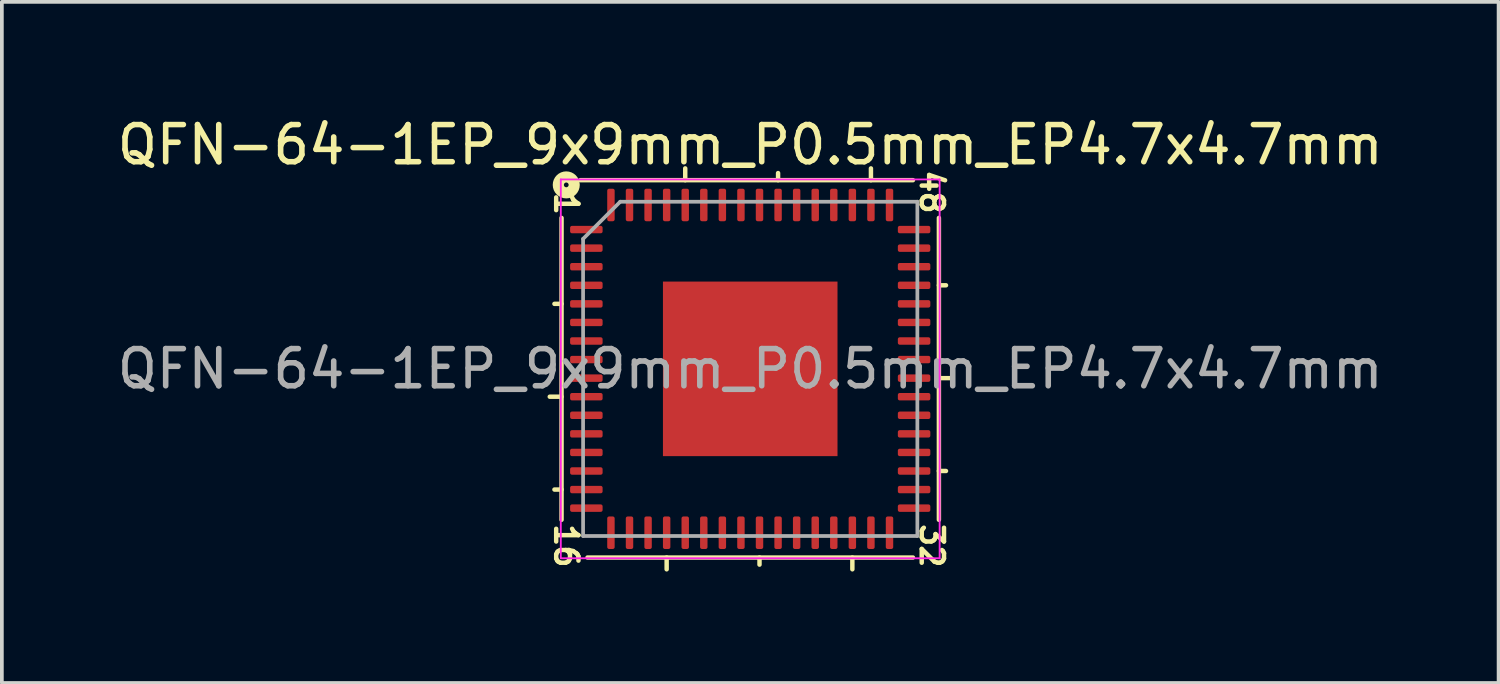
<source format=kicad_pcb>
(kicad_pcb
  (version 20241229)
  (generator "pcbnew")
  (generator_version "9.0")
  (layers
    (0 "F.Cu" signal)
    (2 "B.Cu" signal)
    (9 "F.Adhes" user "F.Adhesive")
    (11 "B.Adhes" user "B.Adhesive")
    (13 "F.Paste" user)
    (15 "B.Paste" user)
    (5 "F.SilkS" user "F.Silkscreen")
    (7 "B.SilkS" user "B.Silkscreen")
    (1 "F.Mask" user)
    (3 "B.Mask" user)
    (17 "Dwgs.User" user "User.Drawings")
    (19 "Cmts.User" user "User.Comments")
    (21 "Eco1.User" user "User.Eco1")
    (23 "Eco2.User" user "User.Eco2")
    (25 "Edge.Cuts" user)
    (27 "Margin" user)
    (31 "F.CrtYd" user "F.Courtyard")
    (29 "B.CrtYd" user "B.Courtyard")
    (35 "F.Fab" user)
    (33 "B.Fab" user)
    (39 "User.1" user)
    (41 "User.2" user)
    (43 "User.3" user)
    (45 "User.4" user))
  (footprint "QFN-64-1EP_9x9mm_P0.5mm_EP4.7x4.7mm"
    (layer "F.Cu")
    (at 17.149 6.881)
    (property "Reference" "QFN-64-1EP_9x9mm_P0.5mm_EP4.7x4.7mm" (at 0 -6.032 0) (layer "F.SilkS") (effects (font (size 1 1) (thickness 0.15))))
    (attr smd)
    (fp_line (start -5.08 -4.064) (end -5.08 4.064) (stroke (width 0.12) (type solid)) (layer "F.SilkS"))
    (fp_line (start -5.08 -1.75) (end -5.271 -1.75) (stroke (width 0.12) (type solid)) (layer "F.SilkS"))
    (fp_line (start -5.08 0.75) (end -5.397 0.75) (stroke (width 0.12) (type solid)) (layer "F.SilkS"))
    (fp_line (start -5.08 3.25) (end -5.271 3.25) (stroke (width 0.12) (type solid)) (layer "F.SilkS"))
    (fp_line (start -4.381 5.08) (end 4.381 5.08) (stroke (width 0.12) (type solid)) (layer "F.SilkS"))
    (fp_line (start -2.25 5.08) (end -2.25 5.397) (stroke (width 0.12) (type solid)) (layer "F.SilkS"))
    (fp_line (start -1.75 -5.08) (end -1.75 -5.397) (stroke (width 0.12) (type solid)) (layer "F.SilkS"))
    (fp_line (start 0.25 5.08) (end 0.25 5.271) (stroke (width 0.12) (type solid)) (layer "F.SilkS"))
    (fp_line (start 0.75 -5.08) (end 0.75 -5.271) (stroke (width 0.12) (type solid)) (layer "F.SilkS"))
    (fp_line (start 2.75 5.08) (end 2.75 5.397) (stroke (width 0.12) (type solid)) (layer "F.SilkS"))
    (fp_line (start 3.25 -5.08) (end 3.25 -5.397) (stroke (width 0.12) (type solid)) (layer "F.SilkS"))
    (fp_line (start 4.381 -5.08) (end -4.572 -5.08) (stroke (width 0.12) (type solid)) (layer "F.SilkS"))
    (fp_line (start 5.08 -2.25) (end 5.271 -2.25) (stroke (width 0.12) (type solid)) (layer "F.SilkS"))
    (fp_line (start 5.08 0.25) (end 5.397 0.25) (stroke (width 0.12) (type solid)) (layer "F.SilkS"))
    (fp_line (start 5.08 2.75) (end 5.271 2.75) (stroke (width 0.12) (type solid)) (layer "F.SilkS"))
    (fp_line (start 5.08 4.064) (end 5.08 -4.064) (stroke (width 0.12) (type solid)) (layer "F.SilkS"))
    (fp_circle (center -4.953 -4.953) (end -4.889 -4.953) (stroke (width 0.3) (type solid)) (fill no) (layer "F.SilkS"))
    (fp_line (start -5.1 -5.1) (end -5.1 5.1) (stroke (width 0.05) (type solid)) (layer "F.CrtYd"))
    (fp_line (start -5.1 5.1) (end 5.1 5.1) (stroke (width 0.05) (type solid)) (layer "F.CrtYd"))
    (fp_line (start 5.1 -5.1) (end -5.1 -5.1) (stroke (width 0.05) (type solid)) (layer "F.CrtYd"))
    (fp_line (start 5.1 5.1) (end 5.1 -5.1) (stroke (width 0.05) (type solid)) (layer "F.CrtYd"))
    (fp_line (start -4.5 -3.5) (end -3.5 -4.5) (stroke (width 0.1) (type solid)) (layer "F.Fab"))
    (fp_line (start -4.5 4.5) (end -4.5 -3.5) (stroke (width 0.1) (type solid)) (layer "F.Fab"))
    (fp_line (start -3.5 -4.5) (end 4.5 -4.5) (stroke (width 0.1) (type solid)) (layer "F.Fab"))
    (fp_line (start 4.5 -4.5) (end 4.5 4.5) (stroke (width 0.1) (type solid)) (layer "F.Fab"))
    (fp_line (start 4.5 4.5) (end -4.5 4.5) (stroke (width 0.1) (type solid)) (layer "F.Fab"))
    (fp_text user "32" (at 4.889 4.763 270) (unlocked yes) (layer "F.SilkS") (effects (font (size 0.6 0.6) (thickness 0.12))))
    (fp_text user "16" (at -4.953 4.763 270) (unlocked yes) (layer "F.SilkS") (effects (font (size 0.6 0.6) (thickness 0.12))))
    (fp_text user "48" (at 4.889 -4.763 270) (unlocked yes) (layer "F.SilkS") (effects (font (size 0.6 0.6) (thickness 0.12))))
    (fp_text user "1" (at -4.953 -4.445 270) (unlocked yes) (layer "F.SilkS") (effects (font (size 0.6 0.6) (thickness 0.12))))
    (fp_text user "${REFERENCE}" (at 0 0 0) (layer "F.Fab") (effects (font (size 1 1) (thickness 0.15))))
    (pad "" smd roundrect (at -1.57 -1.57) (size 1.26 1.26) (layers "F.Paste") (roundrect_rratio 0.198))
    (pad "" smd roundrect (at -1.57 0) (size 1.26 1.26) (layers "F.Paste") (roundrect_rratio 0.198))
    (pad "" smd roundrect (at -1.57 1.57) (size 1.26 1.26) (layers "F.Paste") (roundrect_rratio 0.198))
    (pad "" smd roundrect (at 0 -1.57) (size 1.26 1.26) (layers "F.Paste") (roundrect_rratio 0.198))
    (pad "" smd roundrect (at 0 0) (size 1.26 1.26) (layers "F.Paste") (roundrect_rratio 0.198))
    (pad "" smd roundrect (at 0 1.57) (size 1.26 1.26) (layers "F.Paste") (roundrect_rratio 0.198))
    (pad "" smd roundrect (at 1.57 -1.57) (size 1.26 1.26) (layers "F.Paste") (roundrect_rratio 0.198))
    (pad "" smd roundrect (at 1.57 0) (size 1.26 1.26) (layers "F.Paste") (roundrect_rratio 0.198))
    (pad "" smd roundrect (at 1.57 1.57) (size 1.26 1.26) (layers "F.Paste") (roundrect_rratio 0.198))
    (pad "1" smd roundrect (at -4.412 -3.75) (size 0.875 0.2) (layers "F.Cu" "F.Mask" "F.Paste") (roundrect_rratio 0.25))
    (pad "2" smd roundrect (at -4.412 -3.25) (size 0.875 0.2) (layers "F.Cu" "F.Mask" "F.Paste") (roundrect_rratio 0.25))
    (pad "3" smd roundrect (at -4.412 -2.75) (size 0.875 0.2) (layers "F.Cu" "F.Mask" "F.Paste") (roundrect_rratio 0.25))
    (pad "4" smd roundrect (at -4.412 -2.25) (size 0.875 0.2) (layers "F.Cu" "F.Mask" "F.Paste") (roundrect_rratio 0.25))
    (pad "5" smd roundrect (at -4.412 -1.75) (size 0.875 0.2) (layers "F.Cu" "F.Mask" "F.Paste") (roundrect_rratio 0.25))
    (pad "6" smd roundrect (at -4.412 -1.25) (size 0.875 0.2) (layers "F.Cu" "F.Mask" "F.Paste") (roundrect_rratio 0.25))
    (pad "7" smd roundrect (at -4.412 -0.75) (size 0.875 0.2) (layers "F.Cu" "F.Mask" "F.Paste") (roundrect_rratio 0.25))
    (pad "8" smd roundrect (at -4.412 -0.25) (size 0.875 0.2) (layers "F.Cu" "F.Mask" "F.Paste") (roundrect_rratio 0.25))
    (pad "9" smd roundrect (at -4.412 0.25) (size 0.875 0.2) (layers "F.Cu" "F.Mask" "F.Paste") (roundrect_rratio 0.25))
    (pad "10" smd roundrect (at -4.412 0.75) (size 0.875 0.2) (layers "F.Cu" "F.Mask" "F.Paste") (roundrect_rratio 0.25))
    (pad "11" smd roundrect (at -4.412 1.25) (size 0.875 0.2) (layers "F.Cu" "F.Mask" "F.Paste") (roundrect_rratio 0.25))
    (pad "12" smd roundrect (at -4.412 1.75) (size 0.875 0.2) (layers "F.Cu" "F.Mask" "F.Paste") (roundrect_rratio 0.25))
    (pad "13" smd roundrect (at -4.412 2.25) (size 0.875 0.2) (layers "F.Cu" "F.Mask" "F.Paste") (roundrect_rratio 0.25))
    (pad "14" smd roundrect (at -4.412 2.75) (size 0.875 0.2) (layers "F.Cu" "F.Mask" "F.Paste") (roundrect_rratio 0.25))
    (pad "15" smd roundrect (at -4.412 3.25) (size 0.875 0.2) (layers "F.Cu" "F.Mask" "F.Paste") (roundrect_rratio 0.25))
    (pad "16" smd roundrect (at -4.412 3.75) (size 0.875 0.2) (layers "F.Cu" "F.Mask" "F.Paste") (roundrect_rratio 0.25))
    (pad "17" smd roundrect (at -3.75 4.412) (size 0.2 0.875) (layers "F.Cu" "F.Mask" "F.Paste") (roundrect_rratio 0.25))
    (pad "18" smd roundrect (at -3.25 4.412) (size 0.2 0.875) (layers "F.Cu" "F.Mask" "F.Paste") (roundrect_rratio 0.25))
    (pad "19" smd roundrect (at -2.75 4.412) (size 0.2 0.875) (layers "F.Cu" "F.Mask" "F.Paste") (roundrect_rratio 0.25))
    (pad "20" smd roundrect (at -2.25 4.412) (size 0.2 0.875) (layers "F.Cu" "F.Mask" "F.Paste") (roundrect_rratio 0.25))
    (pad "21" smd roundrect (at -1.75 4.412) (size 0.2 0.875) (layers "F.Cu" "F.Mask" "F.Paste") (roundrect_rratio 0.25))
    (pad "22" smd roundrect (at -1.25 4.412) (size 0.2 0.875) (layers "F.Cu" "F.Mask" "F.Paste") (roundrect_rratio 0.25))
    (pad "23" smd roundrect (at -0.75 4.412) (size 0.2 0.875) (layers "F.Cu" "F.Mask" "F.Paste") (roundrect_rratio 0.25))
    (pad "24" smd roundrect (at -0.25 4.412) (size 0.2 0.875) (layers "F.Cu" "F.Mask" "F.Paste") (roundrect_rratio 0.25))
    (pad "25" smd roundrect (at 0.25 4.412) (size 0.2 0.875) (layers "F.Cu" "F.Mask" "F.Paste") (roundrect_rratio 0.25))
    (pad "26" smd roundrect (at 0.75 4.412) (size 0.2 0.875) (layers "F.Cu" "F.Mask" "F.Paste") (roundrect_rratio 0.25))
    (pad "27" smd roundrect (at 1.25 4.412) (size 0.2 0.875) (layers "F.Cu" "F.Mask" "F.Paste") (roundrect_rratio 0.25))
    (pad "28" smd roundrect (at 1.75 4.412) (size 0.2 0.875) (layers "F.Cu" "F.Mask" "F.Paste") (roundrect_rratio 0.25))
    (pad "29" smd roundrect (at 2.25 4.412) (size 0.2 0.875) (layers "F.Cu" "F.Mask" "F.Paste") (roundrect_rratio 0.25))
    (pad "30" smd roundrect (at 2.75 4.412) (size 0.2 0.875) (layers "F.Cu" "F.Mask" "F.Paste") (roundrect_rratio 0.25))
    (pad "31" smd roundrect (at 3.25 4.412) (size 0.2 0.875) (layers "F.Cu" "F.Mask" "F.Paste") (roundrect_rratio 0.25))
    (pad "32" smd roundrect (at 3.75 4.412) (size 0.2 0.875) (layers "F.Cu" "F.Mask" "F.Paste") (roundrect_rratio 0.25))
    (pad "33" smd roundrect (at 4.412 3.75) (size 0.875 0.2) (layers "F.Cu" "F.Mask" "F.Paste") (roundrect_rratio 0.25))
    (pad "34" smd roundrect (at 4.412 3.25) (size 0.875 0.2) (layers "F.Cu" "F.Mask" "F.Paste") (roundrect_rratio 0.25))
    (pad "35" smd roundrect (at 4.412 2.75) (size 0.875 0.2) (layers "F.Cu" "F.Mask" "F.Paste") (roundrect_rratio 0.25))
    (pad "36" smd roundrect (at 4.412 2.25) (size 0.875 0.2) (layers "F.Cu" "F.Mask" "F.Paste") (roundrect_rratio 0.25))
    (pad "37" smd roundrect (at 4.412 1.75) (size 0.875 0.2) (layers "F.Cu" "F.Mask" "F.Paste") (roundrect_rratio 0.25))
    (pad "38" smd roundrect (at 4.412 1.25) (size 0.875 0.2) (layers "F.Cu" "F.Mask" "F.Paste") (roundrect_rratio 0.25))
    (pad "39" smd roundrect (at 4.412 0.75) (size 0.875 0.2) (layers "F.Cu" "F.Mask" "F.Paste") (roundrect_rratio 0.25))
    (pad "40" smd roundrect (at 4.412 0.25) (size 0.875 0.2) (layers "F.Cu" "F.Mask" "F.Paste") (roundrect_rratio 0.25))
    (pad "41" smd roundrect (at 4.412 -0.25) (size 0.875 0.2) (layers "F.Cu" "F.Mask" "F.Paste") (roundrect_rratio 0.25))
    (pad "42" smd roundrect (at 4.412 -0.75) (size 0.875 0.2) (layers "F.Cu" "F.Mask" "F.Paste") (roundrect_rratio 0.25))
    (pad "43" smd roundrect (at 4.412 -1.25) (size 0.875 0.2) (layers "F.Cu" "F.Mask" "F.Paste") (roundrect_rratio 0.25))
    (pad "44" smd roundrect (at 4.412 -1.75) (size 0.875 0.2) (layers "F.Cu" "F.Mask" "F.Paste") (roundrect_rratio 0.25))
    (pad "45" smd roundrect (at 4.412 -2.25) (size 0.875 0.2) (layers "F.Cu" "F.Mask" "F.Paste") (roundrect_rratio 0.25))
    (pad "46" smd roundrect (at 4.412 -2.75) (size 0.875 0.2) (layers "F.Cu" "F.Mask" "F.Paste") (roundrect_rratio 0.25))
    (pad "47" smd roundrect (at 4.412 -3.25) (size 0.875 0.2) (layers "F.Cu" "F.Mask" "F.Paste") (roundrect_rratio 0.25))
    (pad "48" smd roundrect (at 4.412 -3.75) (size 0.875 0.2) (layers "F.Cu" "F.Mask" "F.Paste") (roundrect_rratio 0.25))
    (pad "49" smd roundrect (at 3.75 -4.412) (size 0.2 0.875) (layers "F.Cu" "F.Mask" "F.Paste") (roundrect_rratio 0.25))
    (pad "50" smd roundrect (at 3.25 -4.412) (size 0.2 0.875) (layers "F.Cu" "F.Mask" "F.Paste") (roundrect_rratio 0.25))
    (pad "51" smd roundrect (at 2.75 -4.412) (size 0.2 0.875) (layers "F.Cu" "F.Mask" "F.Paste") (roundrect_rratio 0.25))
    (pad "52" smd roundrect (at 2.25 -4.412) (size 0.2 0.875) (layers "F.Cu" "F.Mask" "F.Paste") (roundrect_rratio 0.25))
    (pad "53" smd roundrect (at 1.75 -4.412) (size 0.2 0.875) (layers "F.Cu" "F.Mask" "F.Paste") (roundrect_rratio 0.25))
    (pad "54" smd roundrect (at 1.25 -4.412) (size 0.2 0.875) (layers "F.Cu" "F.Mask" "F.Paste") (roundrect_rratio 0.25))
    (pad "55" smd roundrect (at 0.75 -4.412) (size 0.2 0.875) (layers "F.Cu" "F.Mask" "F.Paste") (roundrect_rratio 0.25))
    (pad "56" smd roundrect (at 0.25 -4.412) (size 0.2 0.875) (layers "F.Cu" "F.Mask" "F.Paste") (roundrect_rratio 0.25))
    (pad "57" smd roundrect (at -0.25 -4.412) (size 0.2 0.875) (layers "F.Cu" "F.Mask" "F.Paste") (roundrect_rratio 0.25))
    (pad "58" smd roundrect (at -0.75 -4.412) (size 0.2 0.875) (layers "F.Cu" "F.Mask" "F.Paste") (roundrect_rratio 0.25))
    (pad "59" smd roundrect (at -1.25 -4.412) (size 0.2 0.875) (layers "F.Cu" "F.Mask" "F.Paste") (roundrect_rratio 0.25))
    (pad "60" smd roundrect (at -1.75 -4.412) (size 0.2 0.875) (layers "F.Cu" "F.Mask" "F.Paste") (roundrect_rratio 0.25))
    (pad "61" smd roundrect (at -2.25 -4.412) (size 0.2 0.875) (layers "F.Cu" "F.Mask" "F.Paste") (roundrect_rratio 0.25))
    (pad "62" smd roundrect (at -2.75 -4.412) (size 0.2 0.875) (layers "F.Cu" "F.Mask" "F.Paste") (roundrect_rratio 0.25))
    (pad "63" smd roundrect (at -3.25 -4.412) (size 0.2 0.875) (layers "F.Cu" "F.Mask" "F.Paste") (roundrect_rratio 0.25))
    (pad "64" smd roundrect (at -3.75 -4.412) (size 0.2 0.875) (layers "F.Cu" "F.Mask" "F.Paste") (roundrect_rratio 0.25))
    (pad "65" smd rect (at 0 0) (size 4.7 4.7) (layers "F.Cu" "F.Mask")))
  (gr_rect
    (start -3 -3)
    (end 37.298 15.338)
    (stroke (width 0.1) (type default))
    (fill no)
    (layer "Edge.Cuts")))
</source>
